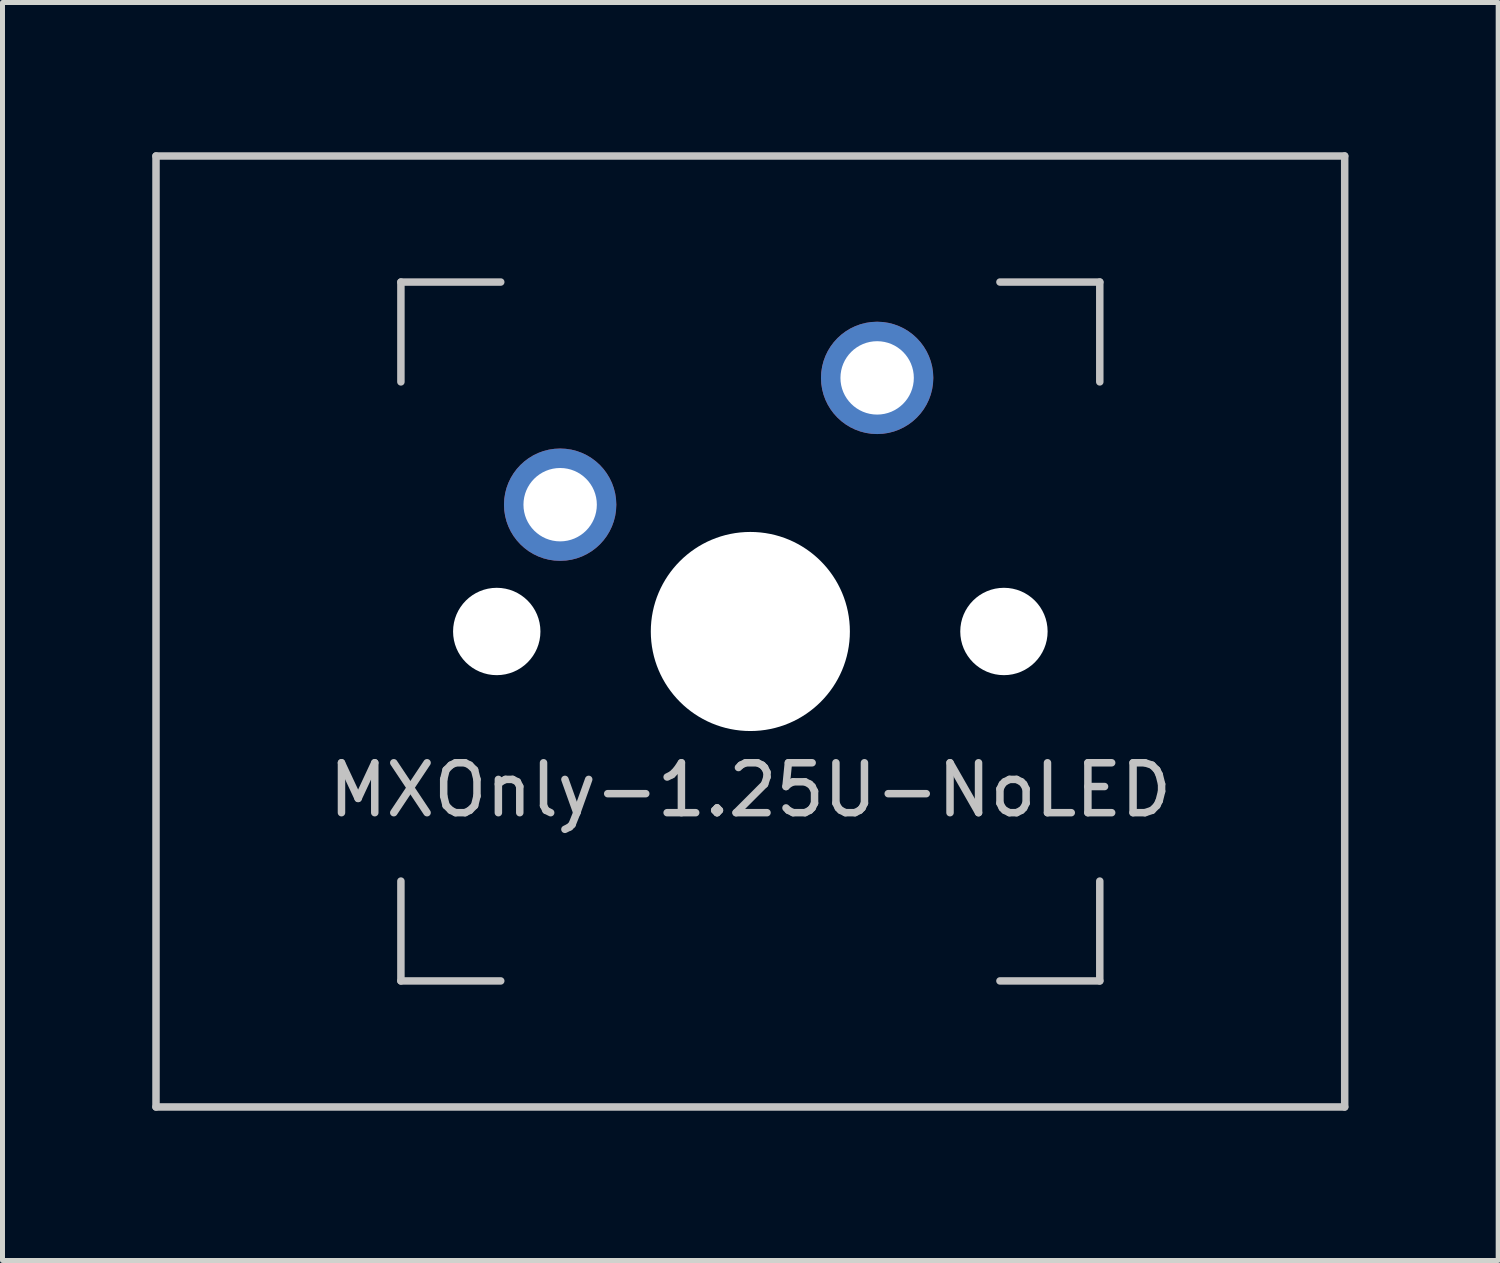
<source format=kicad_pcb>
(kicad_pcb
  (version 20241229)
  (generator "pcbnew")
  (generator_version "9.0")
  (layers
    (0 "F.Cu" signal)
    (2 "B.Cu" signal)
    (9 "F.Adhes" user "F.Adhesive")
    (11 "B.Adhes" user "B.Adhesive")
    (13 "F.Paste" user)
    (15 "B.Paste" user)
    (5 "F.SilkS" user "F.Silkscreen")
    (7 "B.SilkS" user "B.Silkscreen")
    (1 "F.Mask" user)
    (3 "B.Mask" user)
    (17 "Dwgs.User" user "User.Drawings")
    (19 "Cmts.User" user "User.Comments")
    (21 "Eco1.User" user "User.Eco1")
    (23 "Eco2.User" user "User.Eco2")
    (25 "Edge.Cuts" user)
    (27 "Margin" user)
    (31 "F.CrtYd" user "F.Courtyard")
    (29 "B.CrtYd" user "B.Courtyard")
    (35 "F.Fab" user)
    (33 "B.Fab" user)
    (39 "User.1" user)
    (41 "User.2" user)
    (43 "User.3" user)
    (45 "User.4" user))
  (footprint "MXOnly-1.25U-NoLED"
    (layer "F.Cu")
    (at 11.981 9.6)
    (property "Reference" "MXOnly-1.25U-NoLED" (at 0 3.175 0) (layer "Dwgs.User") (effects (font (size 1 1) (thickness 0.15))))
    (attr through_hole)
    (fp_line (start -11.906 -9.525) (end 11.906 -9.525) (stroke (width 0.15) (type solid)) (layer "Dwgs.User"))
    (fp_line (start -11.906 9.525) (end -11.906 -9.525) (stroke (width 0.15) (type solid)) (layer "Dwgs.User"))
    (fp_line (start -11.906 9.525) (end 11.906 9.525) (stroke (width 0.15) (type solid)) (layer "Dwgs.User"))
    (fp_line (start -7 -7) (end -7 -5) (stroke (width 0.15) (type solid)) (layer "Dwgs.User"))
    (fp_line (start -7 5) (end -7 7) (stroke (width 0.15) (type solid)) (layer "Dwgs.User"))
    (fp_line (start -7 7) (end -5 7) (stroke (width 0.15) (type solid)) (layer "Dwgs.User"))
    (fp_line (start -5 -7) (end -7 -7) (stroke (width 0.15) (type solid)) (layer "Dwgs.User"))
    (fp_line (start 5 -7) (end 7 -7) (stroke (width 0.15) (type solid)) (layer "Dwgs.User"))
    (fp_line (start 5 7) (end 7 7) (stroke (width 0.15) (type solid)) (layer "Dwgs.User"))
    (fp_line (start 7 -7) (end 7 -5) (stroke (width 0.15) (type solid)) (layer "Dwgs.User"))
    (fp_line (start 7 7) (end 7 5) (stroke (width 0.15) (type solid)) (layer "Dwgs.User"))
    (fp_line (start 11.906 -9.525) (end 11.906 9.525) (stroke (width 0.15) (type solid)) (layer "Dwgs.User"))
    (fp_line (start -7 -7) (end 7 -7) (stroke (width 0.12) (type solid)) (layer "Eco2.User"))
    (fp_line (start -7 7) (end -7 -7) (stroke (width 0.12) (type solid)) (layer "Eco2.User"))
    (fp_line (start 7 -7) (end 7 7) (stroke (width 0.12) (type solid)) (layer "Eco2.User"))
    (fp_line (start 7 7) (end -7 7) (stroke (width 0.12) (type solid)) (layer "Eco2.User"))
    (pad "" np_thru_hole circle (at -5.08 0 48.1) (size 1.75 1.75) (drill 1.75) (layers "*.Cu" "*.Mask"))
    (pad "" np_thru_hole circle (at 0 0) (size 3.988 3.988) (drill 3.988) (layers "*.Cu" "*.Mask"))
    (pad "" np_thru_hole circle (at 5.08 0 48.1) (size 1.75 1.75) (drill 1.75) (layers "*.Cu" "*.Mask"))
    (pad "1" thru_hole circle (at -3.81 -2.54) (size 2.25 2.25) (drill 1.47) (layers "*.Cu" "B.Mask"))
    (pad "2" thru_hole circle (at 2.54 -5.08) (size 2.25 2.25) (drill 1.47) (layers "*.Cu" "B.Mask")))
  (gr_rect
    (start -3 -3)
    (end 26.962 22.2)
    (stroke (width 0.1) (type default))
    (fill no)
    (layer "Edge.Cuts")))
</source>
